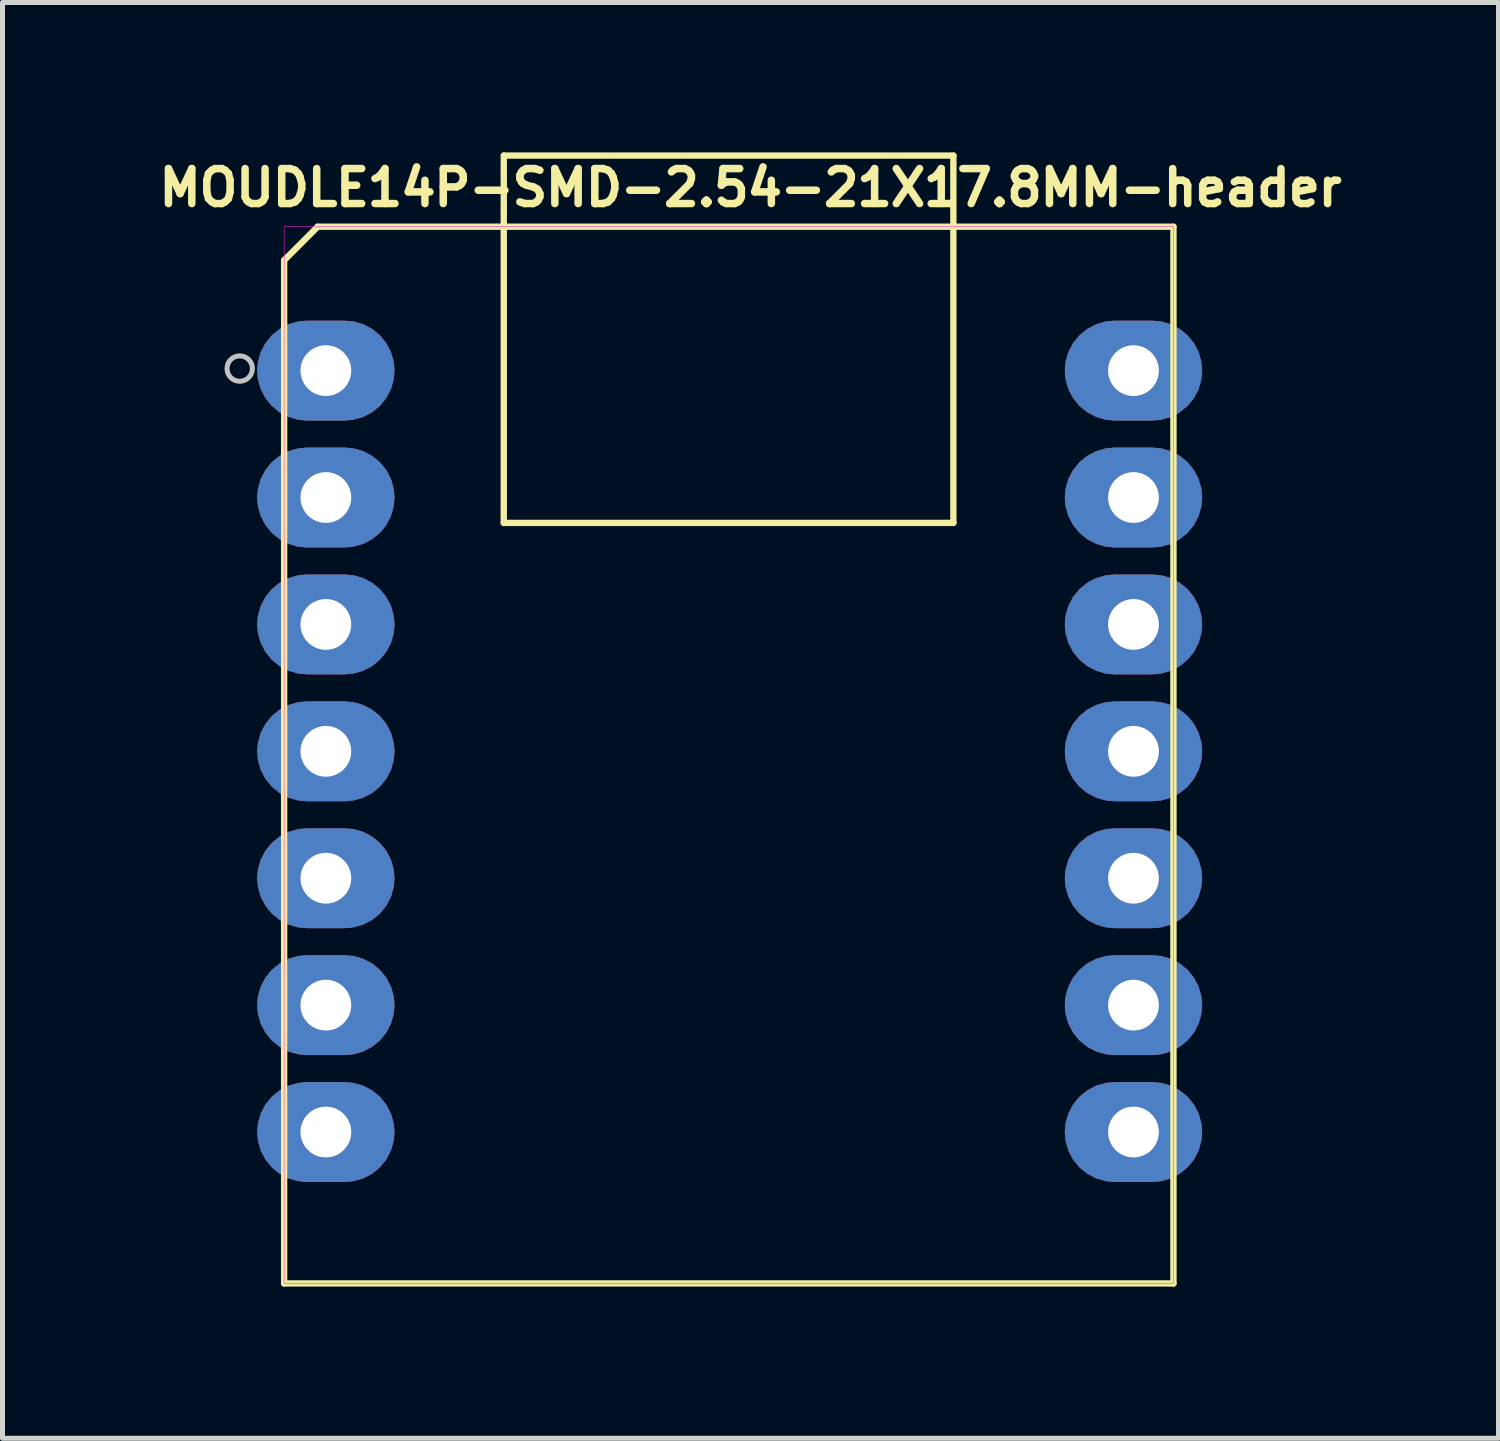
<source format=kicad_pcb>
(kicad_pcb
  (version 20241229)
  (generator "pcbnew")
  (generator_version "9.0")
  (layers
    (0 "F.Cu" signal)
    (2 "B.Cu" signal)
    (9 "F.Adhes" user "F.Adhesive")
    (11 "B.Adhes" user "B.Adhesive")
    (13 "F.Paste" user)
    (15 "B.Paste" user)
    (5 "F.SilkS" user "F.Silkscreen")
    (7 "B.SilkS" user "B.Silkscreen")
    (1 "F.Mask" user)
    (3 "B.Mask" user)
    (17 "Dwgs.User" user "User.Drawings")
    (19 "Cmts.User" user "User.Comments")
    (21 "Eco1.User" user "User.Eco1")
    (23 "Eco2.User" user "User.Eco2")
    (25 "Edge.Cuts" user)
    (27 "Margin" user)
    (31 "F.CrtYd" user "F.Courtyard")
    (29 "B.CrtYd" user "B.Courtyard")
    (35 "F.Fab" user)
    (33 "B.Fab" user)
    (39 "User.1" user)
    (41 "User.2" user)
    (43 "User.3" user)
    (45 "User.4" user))
  (footprint "MOUDLE14P-SMD-2.54-21X17.8MM-header"
    (layer "F.Cu")
    (at 2.637 22.488)
    (property "Reference" "MOUDLE14P-SMD-2.54-21X17.8MM-header" (at 9.335 -21.78 0) (layer "F.SilkS") (effects (font (size 0.7 0.7) (thickness 0.15))))
    (attr through_hole)
    (fp_line (start 0 -20.328) (end 0 0.15) (stroke (width 0.127) (type solid)) (layer "F.SilkS"))
    (fp_line (start 0 0.15) (end 17.8 0.15) (stroke (width 0.127) (type solid)) (layer "F.SilkS"))
    (fp_line (start 0.672 -21) (end 0 -20.328) (stroke (width 0.127) (type solid)) (layer "F.SilkS"))
    (fp_line (start 4.396 -15.072) (end 4.396 -22.425) (stroke (width 0.127) (type solid)) (layer "F.SilkS"))
    (fp_line (start 4.4 -22.424) (end 13.395 -22.424) (stroke (width 0.127) (type solid)) (layer "F.SilkS"))
    (fp_line (start 13.395 -22.424) (end 13.395 -15.072) (stroke (width 0.127) (type solid)) (layer "F.SilkS"))
    (fp_line (start 13.395 -15.072) (end 4.396 -15.072) (stroke (width 0.127) (type solid)) (layer "F.SilkS"))
    (fp_line (start 17.8 -21) (end 0.672 -21) (stroke (width 0.127) (type solid)) (layer "F.SilkS"))
    (fp_line (start 17.8 0.15) (end 17.8 -21) (stroke (width 0.127) (type solid)) (layer "F.SilkS"))
    (fp_circle (center -0.889 -18.161) (end -0.635 -18.161) (stroke (width 0.1) (type solid)) (fill no) (layer "Dwgs.User"))
    (fp_poly (pts (xy 0 -21) (xy 17.8 -21) (xy 17.8 0.155) (xy 0 0.155)) (stroke (width 0.01) (type solid)) (fill no) (layer "F.CrtYd"))
    (pad "1" thru_hole roundrect (at 0.835 -18.12) (size 2.75 2) (drill 1.016) (layers "*.Cu" "*.Mask") (roundrect_rratio 0.5))
    (pad "2" thru_hole roundrect (at 0.835 -15.58) (size 2.75 2) (drill 1.016) (layers "*.Cu" "*.Mask") (roundrect_rratio 0.5))
    (pad "3" thru_hole roundrect (at 0.835 -13.04) (size 2.75 2) (drill 1.016) (layers "*.Cu" "*.Mask") (roundrect_rratio 0.5))
    (pad "4" thru_hole roundrect (at 0.835 -10.5) (size 2.75 2) (drill 1.016) (layers "*.Cu" "*.Mask") (roundrect_rratio 0.5))
    (pad "5" thru_hole roundrect (at 0.835 -7.96) (size 2.75 2) (drill 1.016) (layers "*.Cu" "*.Mask") (roundrect_rratio 0.5))
    (pad "6" thru_hole roundrect (at 0.835 -5.42) (size 2.75 2) (drill 1.016) (layers "*.Cu" "*.Mask") (roundrect_rratio 0.5))
    (pad "7" thru_hole roundrect (at 0.835 -2.88) (size 2.75 2) (drill 1.016) (layers "*.Cu" "*.Mask") (roundrect_rratio 0.5))
    (pad "8" thru_hole roundrect (at 17 -2.88) (size 2.75 2) (drill 1.016) (layers "*.Cu" "*.Mask") (roundrect_rratio 0.5))
    (pad "9" thru_hole roundrect (at 17 -5.42) (size 2.75 2) (drill 1.016) (layers "*.Cu" "*.Mask") (roundrect_rratio 0.5))
    (pad "10" thru_hole roundrect (at 17 -7.96) (size 2.75 2) (drill 1.016) (layers "*.Cu" "*.Mask") (roundrect_rratio 0.5))
    (pad "11" thru_hole roundrect (at 17 -10.5) (size 2.75 2) (drill 1.016) (layers "*.Cu" "*.Mask") (roundrect_rratio 0.5))
    (pad "12" thru_hole roundrect (at 17 -13.04) (size 2.75 2) (drill 1.016) (layers "*.Cu" "*.Mask") (roundrect_rratio 0.5))
    (pad "13" thru_hole roundrect (at 17 -15.58) (size 2.75 2) (drill 1.016) (layers "*.Cu" "*.Mask") (roundrect_rratio 0.5))
    (pad "14" thru_hole roundrect (at 17 -18.12) (size 2.75 2) (drill 1.016) (layers "*.Cu" "*.Mask") (roundrect_rratio 0.5)))
  (gr_rect
    (start -3 -3)
    (end 26.943 25.738)
    (stroke (width 0.1) (type default))
    (fill no)
    (layer "Edge.Cuts")))
</source>
